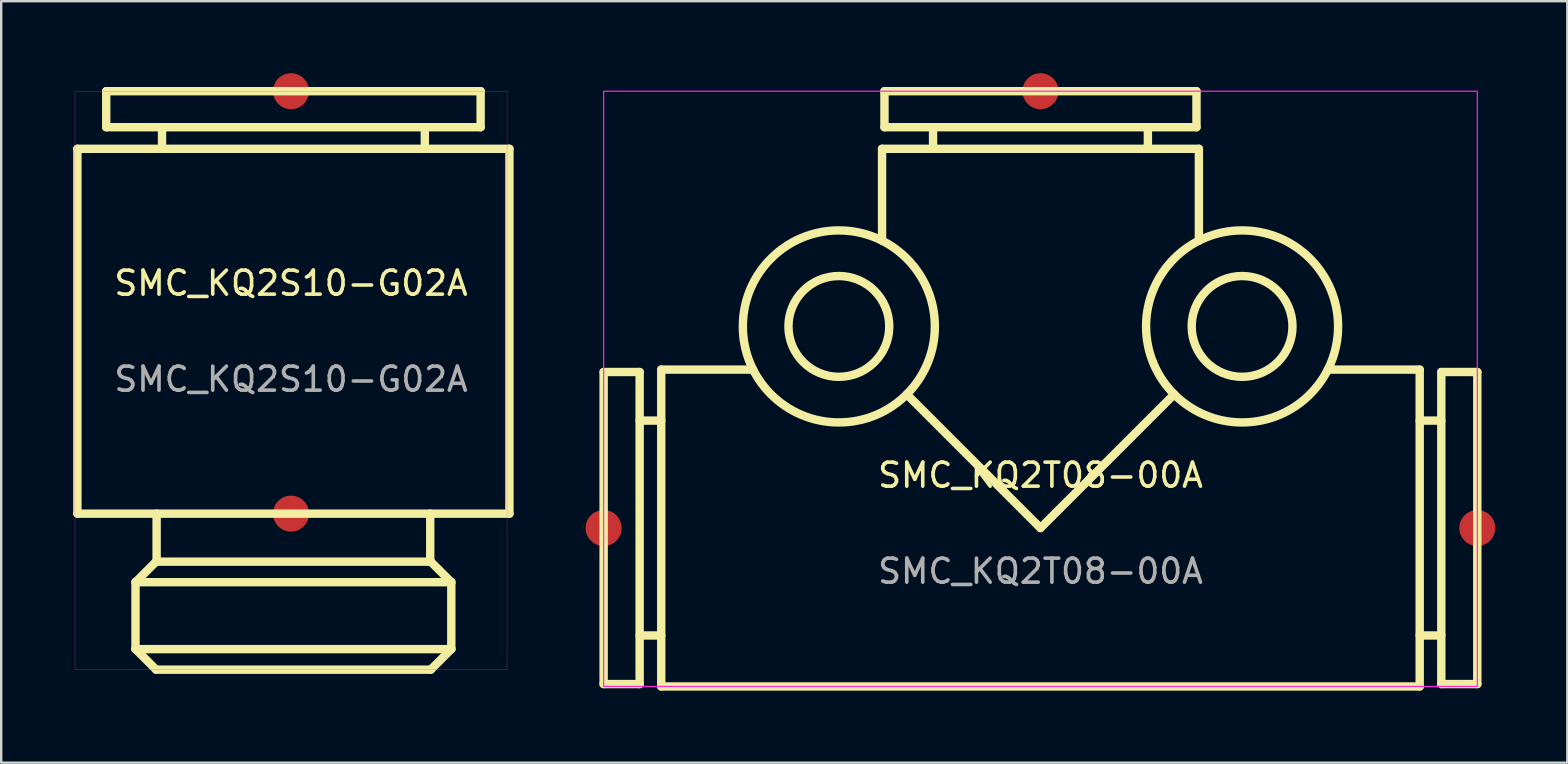
<source format=kicad_pcb>
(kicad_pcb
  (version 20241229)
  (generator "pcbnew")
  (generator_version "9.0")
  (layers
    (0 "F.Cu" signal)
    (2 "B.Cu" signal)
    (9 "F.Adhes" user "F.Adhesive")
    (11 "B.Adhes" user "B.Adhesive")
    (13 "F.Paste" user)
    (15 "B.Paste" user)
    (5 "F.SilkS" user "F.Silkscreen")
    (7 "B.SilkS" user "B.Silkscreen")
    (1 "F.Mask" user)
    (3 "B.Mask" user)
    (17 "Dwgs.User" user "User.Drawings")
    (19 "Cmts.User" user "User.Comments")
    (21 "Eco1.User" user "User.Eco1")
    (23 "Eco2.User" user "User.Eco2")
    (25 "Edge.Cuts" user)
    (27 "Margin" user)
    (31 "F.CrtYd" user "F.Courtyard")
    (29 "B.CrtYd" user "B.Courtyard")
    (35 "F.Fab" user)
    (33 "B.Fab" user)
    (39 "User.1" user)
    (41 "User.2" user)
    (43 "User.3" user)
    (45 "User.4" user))
  (footprint "SMC_KQ2S10-G02A"
    (layer "F.Cu")
    (at 9.075 0.75)
    (property "Reference" "SMC_KQ2S10-G02A" (at 0 8 0) (unlocked yes) (layer "F.SilkS") (effects (font (size 1 1) (thickness 0.15))))
    (fp_line (start -8.9 2.4) (end 9.1 2.4) (stroke (width 0.35) (type solid)) (layer "F.SilkS"))
    (fp_line (start -8.9 17.6) (end -8.9 2.4) (stroke (width 0.35) (type solid)) (layer "F.SilkS"))
    (fp_line (start -8.9 17.6) (end 9.1 17.6) (stroke (width 0.35) (type solid)) (layer "F.SilkS"))
    (fp_line (start -7.7 0) (end 7.9 0) (stroke (width 0.35) (type solid)) (layer "F.SilkS"))
    (fp_line (start -7.7 1.5) (end -7.7 0) (stroke (width 0.35) (type solid)) (layer "F.SilkS"))
    (fp_line (start -7.7 1.5) (end 7.9 1.5) (stroke (width 0.35) (type solid)) (layer "F.SilkS"))
    (fp_line (start -6.479 20.456) (end 6.678 20.456) (stroke (width 0.35) (type solid)) (layer "F.SilkS"))
    (fp_line (start -6.479 23.244) (end -6.479 20.456) (stroke (width 0.35) (type solid)) (layer "F.SilkS"))
    (fp_line (start -6.479 23.244) (end 6.678 23.244) (stroke (width 0.35) (type solid)) (layer "F.SilkS"))
    (fp_line (start -5.622 19.6) (end -6.479 20.456) (stroke (width 0.35) (type solid)) (layer "F.SilkS"))
    (fp_line (start -5.622 19.6) (end 5.822 19.6) (stroke (width 0.35) (type solid)) (layer "F.SilkS"))
    (fp_line (start -5.622 24.1) (end -6.479 23.244) (stroke (width 0.35) (type solid)) (layer "F.SilkS"))
    (fp_line (start -5.622 24.1) (end 5.822 24.1) (stroke (width 0.35) (type solid)) (layer "F.SilkS"))
    (fp_line (start -5.6 19.6) (end -5.6 17.6) (stroke (width 0.35) (type solid)) (layer "F.SilkS"))
    (fp_line (start -5.375 2.4) (end -5.375 1.5) (stroke (width 0.35) (type solid)) (layer "F.SilkS"))
    (fp_line (start 5.575 2.4) (end 5.575 1.5) (stroke (width 0.35) (type solid)) (layer "F.SilkS"))
    (fp_line (start 5.8 19.6) (end 5.8 17.6) (stroke (width 0.35) (type solid)) (layer "F.SilkS"))
    (fp_line (start 5.822 19.6) (end 6.678 20.456) (stroke (width 0.35) (type solid)) (layer "F.SilkS"))
    (fp_line (start 5.822 24.1) (end 6.678 23.244) (stroke (width 0.35) (type solid)) (layer "F.SilkS"))
    (fp_line (start 6.678 23.244) (end 6.678 20.456) (stroke (width 0.35) (type solid)) (layer "F.SilkS"))
    (fp_line (start 7.9 1.5) (end 7.9 0) (stroke (width 0.35) (type solid)) (layer "F.SilkS"))
    (fp_line (start 9.1 17.6) (end 9.1 2.4) (stroke (width 0.35) (type solid)) (layer "F.SilkS"))
    (fp_rect (start -9 24.1) (end 9 0) (stroke (width 0.01) (type solid)) (fill no) (layer "F.CrtYd"))
    (fp_text user "${REFERENCE}" (at 0 12 0) (unlocked yes) (layer "F.Fab") (effects (font (size 1 1) (thickness 0.15))))
    (pad "1" smd circle (at 0 17.6) (size 1.5 1.5) (layers "F.Cu" "F.Mask" "F.Paste"))
    (pad "2" smd circle (at 0 0) (size 1.5 1.5) (layers "F.Cu" "F.Mask" "F.Paste")))
  (footprint "SMC_KQ2T08-00A"
    (layer "F.Cu")
    (at 40.3 0.75)
    (property "Reference" "SMC_KQ2T08-00A" (at 0 16 0) (unlocked yes) (layer "F.SilkS") (effects (font (size 1 1) (thickness 0.15))))
    (fp_line (start -18.2 24.7) (end -18.2 11.7) (stroke (width 0.35) (type solid)) (layer "F.SilkS"))
    (fp_line (start -16.7 11.7) (end -18.2 11.7) (stroke (width 0.35) (type solid)) (layer "F.SilkS"))
    (fp_line (start -16.7 24.7) (end -18.2 24.7) (stroke (width 0.35) (type solid)) (layer "F.SilkS"))
    (fp_line (start -16.7 24.7) (end -16.7 11.7) (stroke (width 0.35) (type solid)) (layer "F.SilkS"))
    (fp_line (start -15.8 13.725) (end -16.7 13.725) (stroke (width 0.35) (type solid)) (layer "F.SilkS"))
    (fp_line (start -15.8 22.675) (end -16.7 22.675) (stroke (width 0.35) (type solid)) (layer "F.SilkS"))
    (fp_line (start -15.8 24.8) (end -15.8 11.6) (stroke (width 0.35) (type solid)) (layer "F.SilkS"))
    (fp_line (start -11.972 11.6) (end -15.8 11.6) (stroke (width 0.35) (type solid)) (layer "F.SilkS"))
    (fp_line (start -6.6 2.4) (end 6.6 2.4) (stroke (width 0.35) (type solid)) (layer "F.SilkS"))
    (fp_line (start -6.6 6.228) (end -6.6 2.4) (stroke (width 0.35) (type solid)) (layer "F.SilkS"))
    (fp_line (start -6.5 0) (end 6.5 0) (stroke (width 0.35) (type solid)) (layer "F.SilkS"))
    (fp_line (start -6.5 1.5) (end -6.5 0) (stroke (width 0.35) (type solid)) (layer "F.SilkS"))
    (fp_line (start -6.5 1.5) (end 6.5 1.5) (stroke (width 0.35) (type solid)) (layer "F.SilkS"))
    (fp_line (start -4.475 2.4) (end -4.475 1.5) (stroke (width 0.35) (type solid)) (layer "F.SilkS"))
    (fp_line (start 0 18.2) (end -5.572 12.628) (stroke (width 0.35) (type solid)) (layer "F.SilkS"))
    (fp_line (start 0 18.2) (end 5.572 12.628) (stroke (width 0.35) (type solid)) (layer "F.SilkS"))
    (fp_line (start 4.475 2.4) (end 4.475 1.5) (stroke (width 0.35) (type solid)) (layer "F.SilkS"))
    (fp_line (start 6.5 1.5) (end 6.5 0) (stroke (width 0.35) (type solid)) (layer "F.SilkS"))
    (fp_line (start 6.6 6.228) (end 6.6 2.4) (stroke (width 0.35) (type solid)) (layer "F.SilkS"))
    (fp_line (start 15.8 11.6) (end 11.972 11.6) (stroke (width 0.35) (type solid)) (layer "F.SilkS"))
    (fp_line (start 15.8 24.8) (end -15.8 24.8) (stroke (width 0.35) (type solid)) (layer "F.SilkS"))
    (fp_line (start 15.8 24.8) (end 15.8 11.6) (stroke (width 0.35) (type solid)) (layer "F.SilkS"))
    (fp_line (start 16.7 13.725) (end 15.8 13.725) (stroke (width 0.35) (type solid)) (layer "F.SilkS"))
    (fp_line (start 16.7 22.675) (end 15.8 22.675) (stroke (width 0.35) (type solid)) (layer "F.SilkS"))
    (fp_line (start 16.7 24.7) (end 16.7 11.7) (stroke (width 0.35) (type solid)) (layer "F.SilkS"))
    (fp_line (start 18.2 11.7) (end 16.7 11.7) (stroke (width 0.35) (type solid)) (layer "F.SilkS"))
    (fp_line (start 18.2 24.7) (end 16.7 24.7) (stroke (width 0.35) (type solid)) (layer "F.SilkS"))
    (fp_line (start 18.2 24.7) (end 18.2 11.7) (stroke (width 0.35) (type solid)) (layer "F.SilkS"))
    (fp_circle (center -8.4 9.8) (end -6.3 9.8) (stroke (width 0.35) (type solid)) (fill no) (layer "F.SilkS"))
    (fp_circle (center -8.4 9.8) (end -4.4 9.8) (stroke (width 0.35) (type solid)) (fill no) (layer "F.SilkS"))
    (fp_circle (center 8.4 9.8) (end 10.5 9.8) (stroke (width 0.35) (type solid)) (fill no) (layer "F.SilkS"))
    (fp_circle (center 8.4 9.8) (end 12.4 9.8) (stroke (width 0.35) (type solid)) (fill no) (layer "F.SilkS"))
    (fp_rect (start -18.2 0) (end 18.2 24.8) (stroke (width 0.05) (type solid)) (fill no) (layer "F.CrtYd"))
    (fp_text user "${REFERENCE}" (at 0 20 0) (unlocked yes) (layer "F.Fab") (effects (font (size 1 1) (thickness 0.15))))
    (pad "1" smd circle (at 0 0) (size 1.5 1.5) (layers "F.Cu" "F.Mask" "F.Paste"))
    (pad "2" smd circle (at 18.2 18.2) (size 1.5 1.5) (layers "F.Cu" "F.Mask" "F.Paste"))
    (pad "3" smd circle (at -18.2 18.2) (size 1.5 1.5) (layers "F.Cu" "F.Mask" "F.Paste")))
  (gr_rect
    (start -3 -3)
    (end 62.25 28.725)
    (stroke (width 0.1) (type default))
    (fill no)
    (layer "Edge.Cuts")))
</source>
